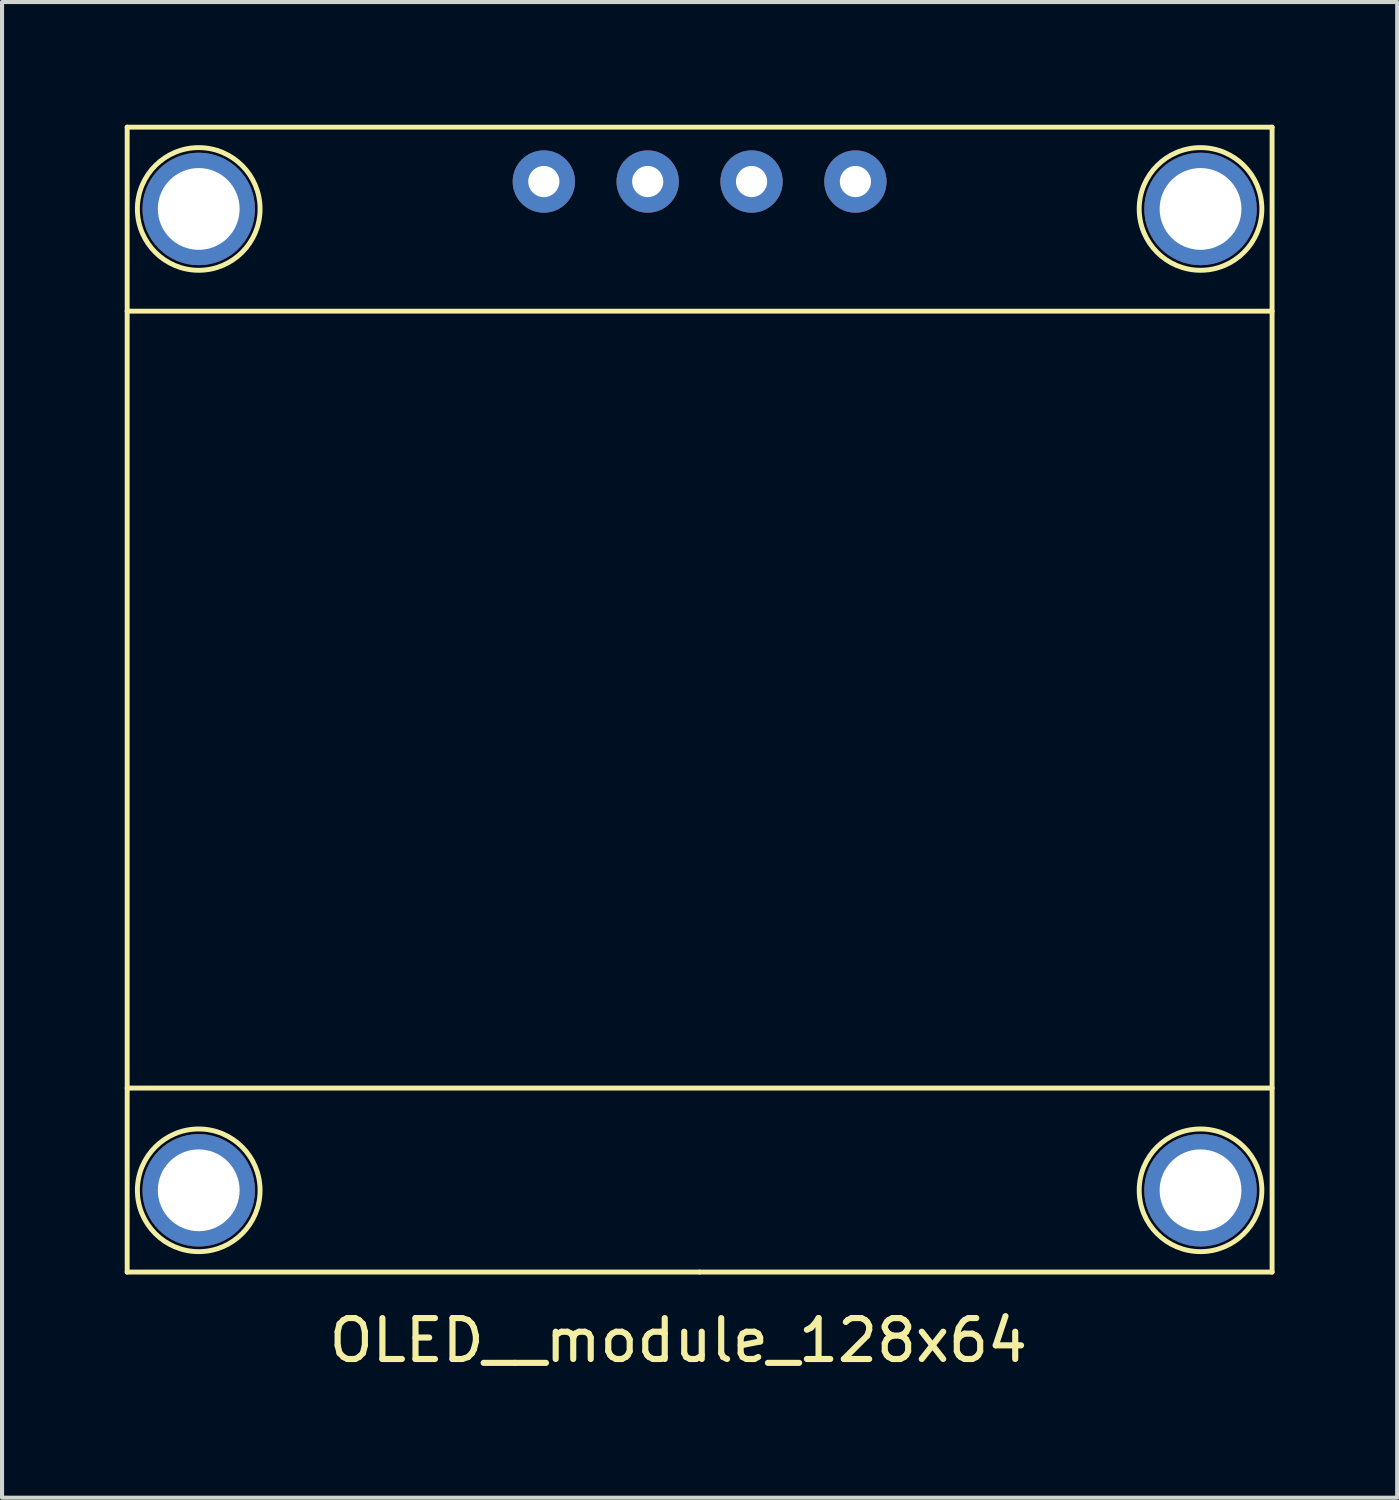
<source format=kicad_pcb>
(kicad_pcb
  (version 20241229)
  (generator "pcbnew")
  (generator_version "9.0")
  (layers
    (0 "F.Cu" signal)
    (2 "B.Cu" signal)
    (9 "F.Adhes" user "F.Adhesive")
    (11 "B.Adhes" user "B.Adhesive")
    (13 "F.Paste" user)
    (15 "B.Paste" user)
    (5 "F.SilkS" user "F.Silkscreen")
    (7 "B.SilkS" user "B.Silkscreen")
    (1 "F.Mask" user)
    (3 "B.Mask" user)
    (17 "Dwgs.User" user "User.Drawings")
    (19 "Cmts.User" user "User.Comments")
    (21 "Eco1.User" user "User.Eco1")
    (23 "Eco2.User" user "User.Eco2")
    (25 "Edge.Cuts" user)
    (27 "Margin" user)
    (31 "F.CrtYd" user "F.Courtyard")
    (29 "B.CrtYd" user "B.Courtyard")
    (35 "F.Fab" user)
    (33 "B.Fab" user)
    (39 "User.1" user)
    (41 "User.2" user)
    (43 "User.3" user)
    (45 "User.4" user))
  (footprint "OLED__module_128x64"
    (layer "F.Cu")
    (at 14.06 28.06)
    (property "Reference" "OLED__module_128x64" (at -0.52 1.67 180) (layer "F.SilkS") (effects (font (size 1 1) (thickness 0.15))))
    (attr through_hole)
    (fp_line (start -14 -28) (end 14 -28) (stroke (width 0.12) (type solid)) (layer "F.SilkS"))
    (fp_line (start -14 -23.5) (end 14 -23.5) (stroke (width 0.12) (type solid)) (layer "F.SilkS"))
    (fp_line (start -14 0) (end -14 -28) (stroke (width 0.12) (type solid)) (layer "F.SilkS"))
    (fp_line (start 0 0) (end -14 0) (stroke (width 0.12) (type solid)) (layer "F.SilkS"))
    (fp_line (start 14 -28) (end 14 0) (stroke (width 0.12) (type solid)) (layer "F.SilkS"))
    (fp_line (start 14 -4.5) (end -14 -4.5) (stroke (width 0.12) (type solid)) (layer "F.SilkS"))
    (fp_line (start 14 0) (end 0 0) (stroke (width 0.12) (type solid)) (layer "F.SilkS"))
    (fp_circle (center -12.25 -26) (end -10.75 -26) (stroke (width 0.12) (type solid)) (fill no) (layer "F.SilkS"))
    (fp_circle (center -12.25 -2) (end -10.75 -2) (stroke (width 0.12) (type solid)) (fill no) (layer "F.SilkS"))
    (fp_circle (center 12.25 -26) (end 13.75 -26) (stroke (width 0.12) (type solid)) (fill no) (layer "F.SilkS"))
    (fp_circle (center 12.25 -2) (end 13.75 -2) (stroke (width 0.12) (type solid)) (fill no) (layer "F.SilkS"))
    (pad "" thru_hole circle (at -12.25 -26) (size 2.75 2.75) (drill 2) (layers "*.Cu" "*.Mask"))
    (pad "" thru_hole circle (at -12.25 -2) (size 2.75 2.75) (drill 2) (layers "*.Cu" "*.Mask"))
    (pad "" thru_hole circle (at 12.25 -26) (size 2.75 2.75) (drill 2) (layers "*.Cu" "*.Mask"))
    (pad "" thru_hole circle (at 12.25 -2) (size 2.75 2.75) (drill 2) (layers "*.Cu" "*.Mask"))
    (pad "1" thru_hole circle (at -3.81 -26.67) (size 1.524 1.524) (drill 0.762) (layers "*.Cu" "*.Mask"))
    (pad "2" thru_hole circle (at -1.27 -26.67) (size 1.524 1.524) (drill 0.762) (layers "*.Cu" "*.Mask"))
    (pad "3" thru_hole circle (at 1.27 -26.67) (size 1.524 1.524) (drill 0.762) (layers "*.Cu" "*.Mask"))
    (pad "4" thru_hole circle (at 3.81 -26.67) (size 1.524 1.524) (drill 0.762) (layers "*.Cu" "*.Mask")))
  (gr_rect
    (start -3 -3)
    (end 31.12 33.578)
    (stroke (width 0.1) (type default))
    (fill no)
    (layer "Edge.Cuts")))
</source>
